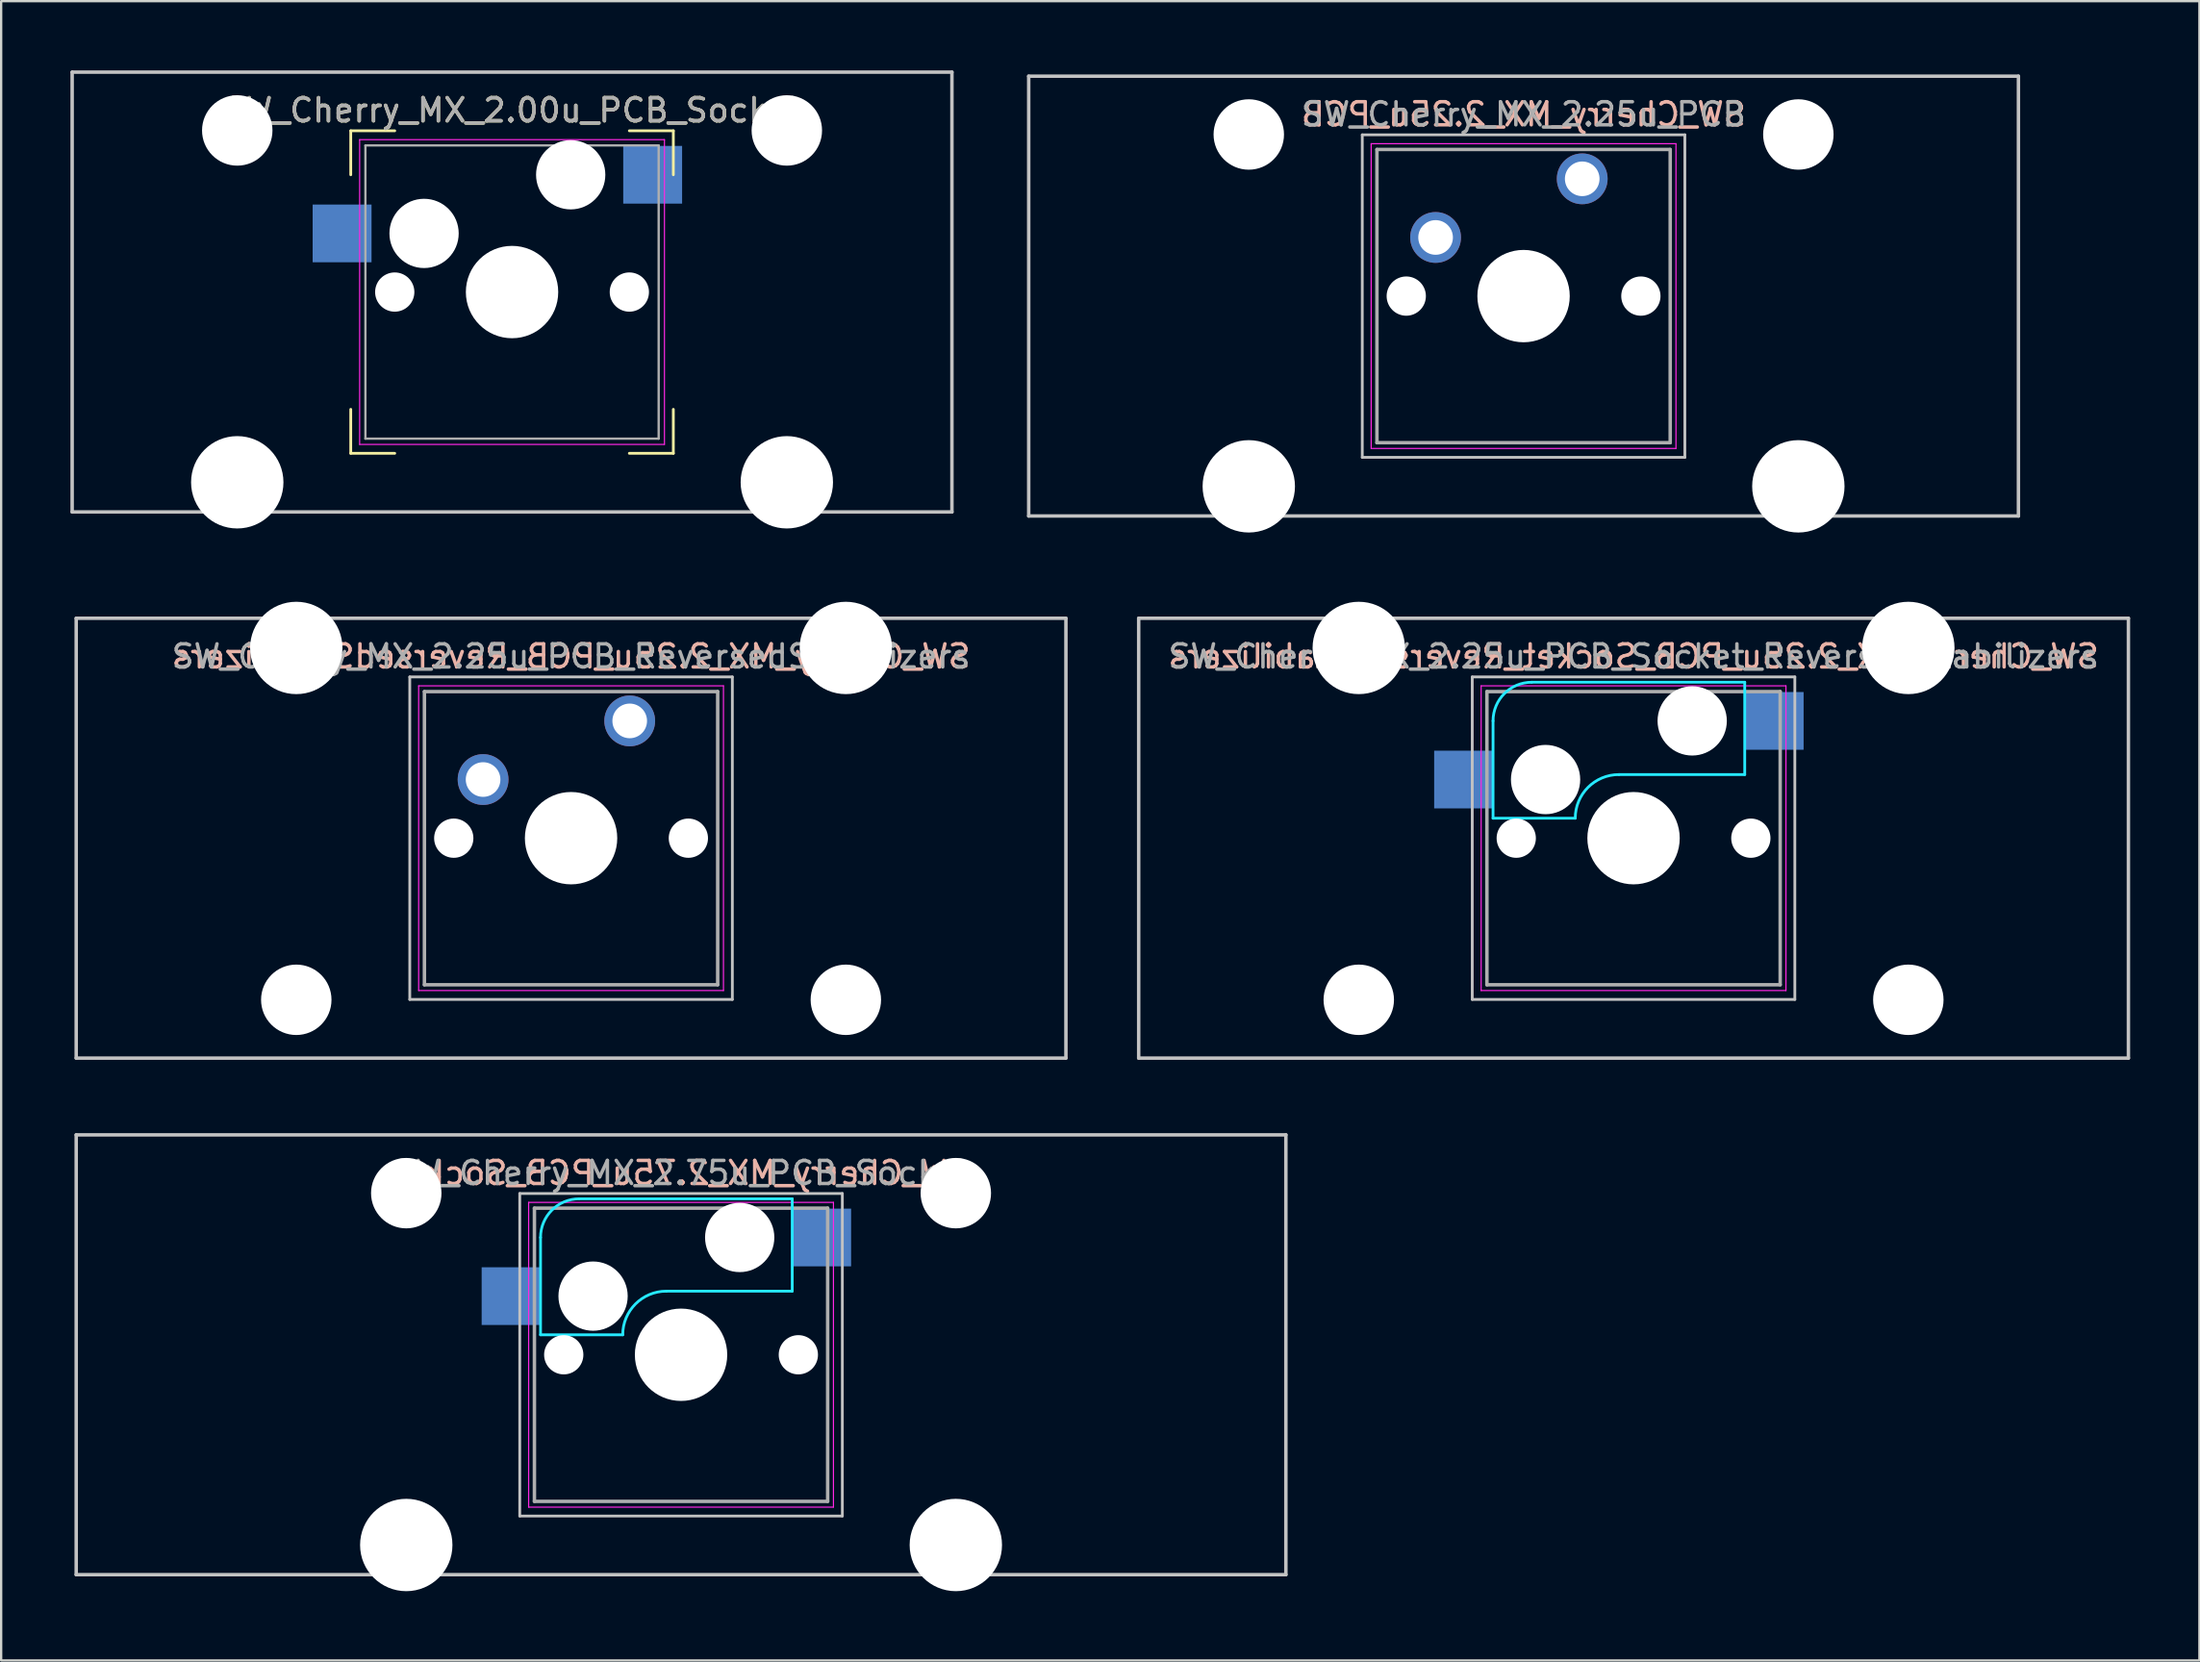
<source format=kicad_pcb>
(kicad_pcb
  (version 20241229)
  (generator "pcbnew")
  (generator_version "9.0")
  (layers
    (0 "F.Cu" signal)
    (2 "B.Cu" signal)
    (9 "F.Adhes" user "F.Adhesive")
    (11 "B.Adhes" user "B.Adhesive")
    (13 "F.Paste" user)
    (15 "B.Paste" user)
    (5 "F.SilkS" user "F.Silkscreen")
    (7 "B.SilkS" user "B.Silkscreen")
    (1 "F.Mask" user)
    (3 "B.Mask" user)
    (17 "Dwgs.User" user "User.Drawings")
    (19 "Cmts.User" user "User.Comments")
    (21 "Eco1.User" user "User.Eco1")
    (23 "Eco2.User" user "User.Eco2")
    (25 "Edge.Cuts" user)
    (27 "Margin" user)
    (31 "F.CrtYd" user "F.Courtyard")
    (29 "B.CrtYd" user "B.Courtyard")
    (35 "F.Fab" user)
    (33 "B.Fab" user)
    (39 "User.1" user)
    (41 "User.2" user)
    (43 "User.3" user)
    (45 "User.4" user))
  (footprint "SW_Cherry_MX_2.25u_PCB"
    (layer "F.Cu")
    (at 41.5 0.25)
    (property "Reference" "SW_Cherry_MX_2.25u_PCB" (at 21.431 1.651 0) (layer "B.SilkS") (effects (font (size 1 1) (thickness 0.15)) (justify mirror)))
    (attr through_hole)
    (fp_line (start 0 0) (end 42.862 0) (stroke (width 0.15) (type solid)) (layer "Dwgs.User"))
    (fp_line (start 0 19.05) (end 0 0) (stroke (width 0.15) (type solid)) (layer "Dwgs.User"))
    (fp_line (start 14.446 2.54) (end 28.416 2.54) (stroke (width 0.12) (type solid)) (layer "Dwgs.User"))
    (fp_line (start 14.446 16.51) (end 14.446 2.54) (stroke (width 0.12) (type solid)) (layer "Dwgs.User"))
    (fp_line (start 28.416 2.54) (end 28.416 16.51) (stroke (width 0.12) (type solid)) (layer "Dwgs.User"))
    (fp_line (start 28.416 16.51) (end 14.446 16.51) (stroke (width 0.12) (type solid)) (layer "Dwgs.User"))
    (fp_line (start 42.862 0) (end 42.862 19.05) (stroke (width 0.15) (type solid)) (layer "Dwgs.User"))
    (fp_line (start 42.862 19.05) (end 0 19.05) (stroke (width 0.15) (type solid)) (layer "Dwgs.User"))
    (fp_line (start 14.831 2.925) (end 28.031 2.925) (stroke (width 0.05) (type solid)) (layer "F.CrtYd"))
    (fp_line (start 14.831 16.125) (end 14.831 2.925) (stroke (width 0.05) (type solid)) (layer "F.CrtYd"))
    (fp_line (start 28.031 2.925) (end 28.031 16.125) (stroke (width 0.05) (type solid)) (layer "F.CrtYd"))
    (fp_line (start 28.031 16.125) (end 14.831 16.125) (stroke (width 0.05) (type solid)) (layer "F.CrtYd"))
    (fp_line (start 15.081 3.175) (end 27.781 3.175) (stroke (width 0.15) (type solid)) (layer "F.Fab"))
    (fp_line (start 15.081 15.875) (end 15.081 3.175) (stroke (width 0.15) (type solid)) (layer "F.Fab"))
    (fp_line (start 27.781 3.175) (end 27.781 15.875) (stroke (width 0.15) (type solid)) (layer "F.Fab"))
    (fp_line (start 27.781 15.875) (end 15.081 15.875) (stroke (width 0.15) (type solid)) (layer "F.Fab"))
    (fp_text user "${REFERENCE}" (at 21.431 1.651 0) (layer "F.Fab") (effects (font (size 1 1) (thickness 0.15))))
    (pad "" np_thru_hole circle (at 9.531 2.525) (size 3.05 3.05) (drill 3.05) (layers "*.Cu" "*.Mask"))
    (pad "" np_thru_hole circle (at 9.531 17.765) (size 4 4) (drill 4) (layers "*.Cu" "*.Mask"))
    (pad "" np_thru_hole circle (at 16.351 9.525) (size 1.7 1.7) (drill 1.7) (layers "*.Cu" "*.Mask"))
    (pad "" np_thru_hole circle (at 21.431 9.525) (size 4 4) (drill 4) (layers "*.Cu" "*.Mask"))
    (pad "" np_thru_hole circle (at 26.511 9.525) (size 1.7 1.7) (drill 1.7) (layers "*.Cu" "*.Mask"))
    (pad "" np_thru_hole circle (at 33.331 2.525) (size 3.05 3.05) (drill 3.05) (layers "*.Cu" "*.Mask"))
    (pad "" np_thru_hole circle (at 33.331 17.765) (size 4 4) (drill 4) (layers "*.Cu" "*.Mask"))
    (pad "1" thru_hole circle (at 23.971 4.445) (size 2.2 2.2) (drill 1.5) (layers "*.Cu" "*.Mask"))
    (pad "2" thru_hole circle (at 17.621 6.985) (size 2.2 2.2) (drill 1.5) (layers "*.Cu" "*.Mask")))
  (footprint "SW_Cherry_MX_2.75u_PCB_Socket"
    (layer "F.Cu")
    (at 0.25 46.105)
    (property "Reference" "SW_Cherry_MX_2.75u_PCB_Socket" (at 26.194 1.651 0) (layer "B.SilkS") (effects (font (size 1 1) (thickness 0.15)) (justify mirror)))
    (attr through_hole)
    (fp_line (start 0 0) (end 52.388 0) (stroke (width 0.15) (type solid)) (layer "Dwgs.User"))
    (fp_line (start 0 19.05) (end 0 0) (stroke (width 0.15) (type solid)) (layer "Dwgs.User"))
    (fp_line (start 19.209 2.54) (end 33.179 2.54) (stroke (width 0.12) (type solid)) (layer "Dwgs.User"))
    (fp_line (start 19.209 16.51) (end 19.209 2.54) (stroke (width 0.12) (type solid)) (layer "Dwgs.User"))
    (fp_line (start 33.179 2.54) (end 33.179 16.51) (stroke (width 0.12) (type solid)) (layer "Dwgs.User"))
    (fp_line (start 33.179 16.51) (end 19.209 16.51) (stroke (width 0.12) (type solid)) (layer "Dwgs.User"))
    (fp_line (start 52.388 0) (end 52.388 19.05) (stroke (width 0.15) (type solid)) (layer "Dwgs.User"))
    (fp_line (start 52.388 19.05) (end 0 19.05) (stroke (width 0.15) (type solid)) (layer "Dwgs.User"))
    (fp_line (start 20.109 8.66) (end 20.109 4.445) (stroke (width 0.12) (type solid)) (layer "B.CrtYd"))
    (fp_line (start 20.109 8.66) (end 23.669 8.66) (stroke (width 0.12) (type solid)) (layer "B.CrtYd"))
    (fp_line (start 21.784 2.77) (end 31.009 2.77) (stroke (width 0.12) (type solid)) (layer "B.CrtYd"))
    (fp_line (start 31.009 2.77) (end 31.009 6.77) (stroke (width 0.12) (type solid)) (layer "B.CrtYd"))
    (fp_line (start 31.009 6.77) (end 25.559 6.77) (stroke (width 0.12) (type solid)) (layer "B.CrtYd"))
    (fp_arc (start 20.10875 4.445) (mid 20.599346 3.260596) (end 21.78375 2.77) (stroke (width 0.12) (type solid)) (layer "B.CrtYd"))
    (fp_arc (start 23.66875 8.66) (mid 24.222318 7.323568) (end 25.55875 6.77) (stroke (width 0.12) (type solid)) (layer "B.CrtYd"))
    (fp_line (start 19.594 2.925) (end 32.794 2.925) (stroke (width 0.05) (type solid)) (layer "F.CrtYd"))
    (fp_line (start 19.594 16.125) (end 19.594 2.925) (stroke (width 0.05) (type solid)) (layer "F.CrtYd"))
    (fp_line (start 32.794 2.925) (end 32.794 16.125) (stroke (width 0.05) (type solid)) (layer "F.CrtYd"))
    (fp_line (start 32.794 16.125) (end 19.594 16.125) (stroke (width 0.05) (type solid)) (layer "F.CrtYd"))
    (fp_line (start 19.844 3.175) (end 32.544 3.175) (stroke (width 0.15) (type solid)) (layer "F.Fab"))
    (fp_line (start 19.844 15.875) (end 19.844 3.175) (stroke (width 0.15) (type solid)) (layer "F.Fab"))
    (fp_line (start 32.544 3.175) (end 32.544 15.875) (stroke (width 0.15) (type solid)) (layer "F.Fab"))
    (fp_line (start 32.544 15.875) (end 19.844 15.875) (stroke (width 0.15) (type solid)) (layer "F.Fab"))
    (fp_text user "${REFERENCE}" (at 26.194 1.651 0) (layer "F.Fab") (effects (font (size 1 1) (thickness 0.15))))
    (pad "" np_thru_hole circle (at 14.294 2.525) (size 3.05 3.05) (drill 3.05) (layers "*.Cu" "*.Mask"))
    (pad "" np_thru_hole circle (at 14.294 17.765) (size 4 4) (drill 4) (layers "*.Cu" "*.Mask"))
    (pad "" np_thru_hole circle (at 21.114 9.525) (size 1.7 1.7) (drill 1.7) (layers "*.Cu" "*.Mask"))
    (pad "" np_thru_hole circle (at 22.384 6.985) (size 3 3) (drill 3) (layers "*.Cu" "*.Mask"))
    (pad "" np_thru_hole circle (at 26.194 9.525) (size 4 4) (drill 4) (layers "*.Cu" "*.Mask"))
    (pad "" np_thru_hole circle (at 28.734 4.445) (size 3 3) (drill 3) (layers "*.Cu" "*.Mask"))
    (pad "" np_thru_hole circle (at 31.274 9.525) (size 1.7 1.7) (drill 1.7) (layers "*.Cu" "*.Mask"))
    (pad "" np_thru_hole circle (at 38.094 2.525) (size 3.05 3.05) (drill 3.05) (layers "*.Cu" "*.Mask"))
    (pad "" np_thru_hole circle (at 38.094 17.765) (size 4 4) (drill 4) (layers "*.Cu" "*.Mask"))
    (pad "1" smd rect (at 32.284 4.445) (size 2.55 2.5) (layers "B.Cu" "B.Mask" "B.Paste"))
    (pad "2" smd rect (at 18.834 6.985) (size 2.55 2.5) (layers "B.Cu" "B.Mask" "B.Paste")))
  (footprint "SW_Cherry_MX_2.25u_PCB_ReversedStabilizers"
    (layer "F.Cu")
    (at 0.25 23.73)
    (property "Reference" "SW_Cherry_MX_2.25u_PCB_ReversedStabilizers" (at 21.431 1.651 0) (layer "B.SilkS") (effects (font (size 1 1) (thickness 0.15)) (justify mirror)))
    (attr through_hole)
    (fp_line (start 0 0) (end 42.862 0) (stroke (width 0.15) (type solid)) (layer "Dwgs.User"))
    (fp_line (start 0 19.05) (end 0 0) (stroke (width 0.15) (type solid)) (layer "Dwgs.User"))
    (fp_line (start 14.446 2.54) (end 28.416 2.54) (stroke (width 0.12) (type solid)) (layer "Dwgs.User"))
    (fp_line (start 14.446 16.51) (end 14.446 2.54) (stroke (width 0.12) (type solid)) (layer "Dwgs.User"))
    (fp_line (start 28.416 2.54) (end 28.416 16.51) (stroke (width 0.12) (type solid)) (layer "Dwgs.User"))
    (fp_line (start 28.416 16.51) (end 14.446 16.51) (stroke (width 0.12) (type solid)) (layer "Dwgs.User"))
    (fp_line (start 42.862 0) (end 42.862 19.05) (stroke (width 0.15) (type solid)) (layer "Dwgs.User"))
    (fp_line (start 42.862 19.05) (end 0 19.05) (stroke (width 0.15) (type solid)) (layer "Dwgs.User"))
    (fp_line (start 14.831 2.925) (end 28.031 2.925) (stroke (width 0.05) (type solid)) (layer "F.CrtYd"))
    (fp_line (start 14.831 16.125) (end 14.831 2.925) (stroke (width 0.05) (type solid)) (layer "F.CrtYd"))
    (fp_line (start 28.031 2.925) (end 28.031 16.125) (stroke (width 0.05) (type solid)) (layer "F.CrtYd"))
    (fp_line (start 28.031 16.125) (end 14.831 16.125) (stroke (width 0.05) (type solid)) (layer "F.CrtYd"))
    (fp_line (start 15.081 3.175) (end 27.781 3.175) (stroke (width 0.15) (type solid)) (layer "F.Fab"))
    (fp_line (start 15.081 15.875) (end 15.081 3.175) (stroke (width 0.15) (type solid)) (layer "F.Fab"))
    (fp_line (start 27.781 3.175) (end 27.781 15.875) (stroke (width 0.15) (type solid)) (layer "F.Fab"))
    (fp_line (start 27.781 15.875) (end 15.081 15.875) (stroke (width 0.15) (type solid)) (layer "F.Fab"))
    (fp_text user "${REFERENCE}" (at 21.431 1.651 0) (layer "F.Fab") (effects (font (size 1 1) (thickness 0.15))))
    (pad "" np_thru_hole circle (at 9.531 1.285) (size 4 4) (drill 4) (layers "*.Cu" "*.Mask"))
    (pad "" np_thru_hole circle (at 9.531 16.525) (size 3.05 3.05) (drill 3.05) (layers "*.Cu" "*.Mask"))
    (pad "" np_thru_hole circle (at 16.351 9.525) (size 1.7 1.7) (drill 1.7) (layers "*.Cu" "*.Mask"))
    (pad "" np_thru_hole circle (at 21.431 9.525) (size 4 4) (drill 4) (layers "*.Cu" "*.Mask"))
    (pad "" np_thru_hole circle (at 26.511 9.525) (size 1.7 1.7) (drill 1.7) (layers "*.Cu" "*.Mask"))
    (pad "" np_thru_hole circle (at 33.331 1.285) (size 4 4) (drill 4) (layers "*.Cu" "*.Mask"))
    (pad "" np_thru_hole circle (at 33.331 16.525) (size 3.05 3.05) (drill 3.05) (layers "*.Cu" "*.Mask"))
    (pad "1" thru_hole circle (at 23.971 4.445) (size 2.2 2.2) (drill 1.5) (layers "*.Cu" "*.Mask"))
    (pad "2" thru_hole circle (at 17.621 6.985) (size 2.2 2.2) (drill 1.5) (layers "*.Cu" "*.Mask")))
  (footprint "SW_Cherry_MX_2.25u_PCB_Socket_ReversedStabilizers"
    (layer "F.Cu")
    (at 67.694 33.255)
    (property "Reference" "SW_Cherry_MX_2.25u_PCB_Socket_ReversedStabilizers" (at 0 -7.874 0) (layer "B.SilkS") (effects (font (size 1 1) (thickness 0.15)) (justify mirror)))
    (attr through_hole)
    (fp_line (start -21.431 -9.525) (end 21.431 -9.525) (stroke (width 0.15) (type solid)) (layer "Dwgs.User"))
    (fp_line (start -21.431 9.525) (end -21.431 -9.525) (stroke (width 0.15) (type solid)) (layer "Dwgs.User"))
    (fp_line (start -6.985 -6.985) (end 6.985 -6.985) (stroke (width 0.12) (type solid)) (layer "Dwgs.User"))
    (fp_line (start -6.985 6.985) (end -6.985 -6.985) (stroke (width 0.12) (type solid)) (layer "Dwgs.User"))
    (fp_line (start 6.985 -6.985) (end 6.985 6.985) (stroke (width 0.12) (type solid)) (layer "Dwgs.User"))
    (fp_line (start 6.985 6.985) (end -6.985 6.985) (stroke (width 0.12) (type solid)) (layer "Dwgs.User"))
    (fp_line (start 21.431 -9.525) (end 21.431 9.525) (stroke (width 0.15) (type solid)) (layer "Dwgs.User"))
    (fp_line (start 21.431 9.525) (end -21.431 9.525) (stroke (width 0.15) (type solid)) (layer "Dwgs.User"))
    (fp_line (start -6.085 -0.865) (end -6.085 -5.08) (stroke (width 0.12) (type solid)) (layer "B.CrtYd"))
    (fp_line (start -6.085 -0.865) (end -2.525 -0.865) (stroke (width 0.12) (type solid)) (layer "B.CrtYd"))
    (fp_line (start -4.41 -6.755) (end 4.815 -6.755) (stroke (width 0.12) (type solid)) (layer "B.CrtYd"))
    (fp_line (start 4.815 -6.755) (end 4.815 -2.755) (stroke (width 0.12) (type solid)) (layer "B.CrtYd"))
    (fp_line (start 4.815 -2.755) (end -0.635 -2.755) (stroke (width 0.12) (type solid)) (layer "B.CrtYd"))
    (fp_arc (start -6.085 -5.08) (mid -5.594404 -6.264404) (end -4.41 -6.755) (stroke (width 0.12) (type solid)) (layer "B.CrtYd"))
    (fp_arc (start -2.525 -0.865) (mid -1.971432 -2.201432) (end -0.635 -2.755) (stroke (width 0.12) (type solid)) (layer "B.CrtYd"))
    (fp_line (start -6.6 -6.6) (end 6.6 -6.6) (stroke (width 0.05) (type solid)) (layer "F.CrtYd"))
    (fp_line (start -6.6 6.6) (end -6.6 -6.6) (stroke (width 0.05) (type solid)) (layer "F.CrtYd"))
    (fp_line (start 6.6 -6.6) (end 6.6 6.6) (stroke (width 0.05) (type solid)) (layer "F.CrtYd"))
    (fp_line (start 6.6 6.6) (end -6.6 6.6) (stroke (width 0.05) (type solid)) (layer "F.CrtYd"))
    (fp_line (start -6.35 -6.35) (end 6.35 -6.35) (stroke (width 0.15) (type solid)) (layer "F.Fab"))
    (fp_line (start -6.35 6.35) (end -6.35 -6.35) (stroke (width 0.15) (type solid)) (layer "F.Fab"))
    (fp_line (start 6.35 -6.35) (end 6.35 6.35) (stroke (width 0.15) (type solid)) (layer "F.Fab"))
    (fp_line (start 6.35 6.35) (end -6.35 6.35) (stroke (width 0.15) (type solid)) (layer "F.Fab"))
    (fp_text user "${REFERENCE}" (at 0 -7.874 0) (layer "F.Fab") (effects (font (size 1 1) (thickness 0.15))))
    (pad "" np_thru_hole circle (at -11.9 -8.24) (size 4 4) (drill 4) (layers "*.Cu" "*.Mask"))
    (pad "" np_thru_hole circle (at -11.9 7) (size 3.05 3.05) (drill 3.05) (layers "*.Cu" "*.Mask"))
    (pad "" np_thru_hole circle (at -5.08 0) (size 1.7 1.7) (drill 1.7) (layers "*.Cu" "*.Mask"))
    (pad "" np_thru_hole circle (at -3.81 -2.54) (size 3 3) (drill 3) (layers "*.Cu" "*.Mask"))
    (pad "" np_thru_hole circle (at 0 0) (size 4 4) (drill 4) (layers "*.Cu" "*.Mask"))
    (pad "" np_thru_hole circle (at 2.54 -5.08) (size 3 3) (drill 3) (layers "*.Cu" "*.Mask"))
    (pad "" np_thru_hole circle (at 5.08 0) (size 1.7 1.7) (drill 1.7) (layers "*.Cu" "*.Mask"))
    (pad "" np_thru_hole circle (at 11.9 -8.24) (size 4 4) (drill 4) (layers "*.Cu" "*.Mask"))
    (pad "" np_thru_hole circle (at 11.9 7) (size 3.05 3.05) (drill 3.05) (layers "*.Cu" "*.Mask"))
    (pad "1" smd rect (at 6.09 -5.08) (size 2.55 2.5) (layers "B.Cu" "B.Mask" "B.Paste"))
    (pad "2" smd rect (at -7.36 -2.54) (size 2.55 2.5) (layers "B.Cu" "B.Mask" "B.Paste")))
  (footprint "SW_Cherry_MX_2.00u_PCB_Socket"
    (layer "F.Cu")
    (at 19.125 9.6)
    (property "Reference" "SW_Cherry_MX_2.00u_PCB_Socket" (at 0 -7.874 0) (layer "F.SilkS") (effects (font (size 1 1) (thickness 0.15))))
    (attr through_hole)
    (fp_line (start -6.985 -6.985) (end -5.08 -6.985) (stroke (width 0.12) (type solid)) (layer "F.SilkS"))
    (fp_line (start -6.985 -5.08) (end -6.985 -6.985) (stroke (width 0.12) (type solid)) (layer "F.SilkS"))
    (fp_line (start -6.985 6.985) (end -6.985 5.08) (stroke (width 0.12) (type solid)) (layer "F.SilkS"))
    (fp_line (start -6.985 6.985) (end -5.08 6.985) (stroke (width 0.12) (type solid)) (layer "F.SilkS"))
    (fp_line (start 6.985 -6.985) (end 5.08 -6.985) (stroke (width 0.12) (type solid)) (layer "F.SilkS"))
    (fp_line (start 6.985 -6.985) (end 6.985 -5.08) (stroke (width 0.12) (type solid)) (layer "F.SilkS"))
    (fp_line (start 6.985 6.985) (end 5.08 6.985) (stroke (width 0.12) (type solid)) (layer "F.SilkS"))
    (fp_line (start 6.985 6.985) (end 6.985 5.08) (stroke (width 0.12) (type solid)) (layer "F.SilkS"))
    (fp_line (start -19.05 -9.525) (end 19.05 -9.525) (stroke (width 0.15) (type solid)) (layer "Dwgs.User"))
    (fp_line (start -19.05 9.525) (end -19.05 -9.525) (stroke (width 0.15) (type solid)) (layer "Dwgs.User"))
    (fp_line (start 19.05 -9.525) (end 19.05 9.525) (stroke (width 0.15) (type solid)) (layer "Dwgs.User"))
    (fp_line (start 19.05 9.525) (end -19.05 9.525) (stroke (width 0.15) (type solid)) (layer "Dwgs.User"))
    (fp_line (start -6.6 -6.6) (end 6.6 -6.6) (stroke (width 0.05) (type solid)) (layer "F.CrtYd"))
    (fp_line (start -6.6 6.6) (end -6.6 -6.6) (stroke (width 0.05) (type solid)) (layer "F.CrtYd"))
    (fp_line (start 6.6 -6.6) (end 6.6 6.6) (stroke (width 0.05) (type solid)) (layer "F.CrtYd"))
    (fp_line (start 6.6 6.6) (end -6.6 6.6) (stroke (width 0.05) (type solid)) (layer "F.CrtYd"))
    (fp_line (start -6.35 -6.35) (end 6.35 -6.35) (stroke (width 0.1) (type solid)) (layer "F.Fab"))
    (fp_line (start -6.35 6.35) (end -6.35 -6.35) (stroke (width 0.1) (type solid)) (layer "F.Fab"))
    (fp_line (start 6.35 -6.35) (end 6.35 6.35) (stroke (width 0.1) (type solid)) (layer "F.Fab"))
    (fp_line (start 6.35 6.35) (end -6.35 6.35) (stroke (width 0.1) (type solid)) (layer "F.Fab"))
    (fp_text user "${REFERENCE}" (at 0 -7.874 0) (layer "F.Fab") (effects (font (size 1 1) (thickness 0.15))))
    (pad "" np_thru_hole circle (at -11.9 -7) (size 3.05 3.05) (drill 3.05) (layers "*.Cu" "*.Mask"))
    (pad "" np_thru_hole circle (at -11.9 8.24) (size 4 4) (drill 4) (layers "*.Cu" "*.Mask"))
    (pad "" np_thru_hole circle (at -5.08 0) (size 1.7 1.7) (drill 1.7) (layers "*.Cu" "*.Mask"))
    (pad "" np_thru_hole circle (at -3.81 -2.54) (size 3 3) (drill 3) (layers "*.Cu" "*.Mask"))
    (pad "" np_thru_hole circle (at 0 0) (size 4 4) (drill 4) (layers "*.Cu" "*.Mask"))
    (pad "" np_thru_hole circle (at 2.54 -5.08) (size 3 3) (drill 3) (layers "*.Cu" "*.Mask"))
    (pad "" np_thru_hole circle (at 5.08 0) (size 1.7 1.7) (drill 1.7) (layers "*.Cu" "*.Mask"))
    (pad "" np_thru_hole circle (at 11.9 -7) (size 3.05 3.05) (drill 3.05) (layers "*.Cu" "*.Mask"))
    (pad "" np_thru_hole circle (at 11.9 8.24) (size 4 4) (drill 4) (layers "*.Cu" "*.Mask"))
    (pad "1" smd rect (at 6.09 -5.08) (size 2.55 2.5) (layers "B.Cu" "B.Mask" "B.Paste"))
    (pad "2" smd rect (at -7.36 -2.54) (size 2.55 2.5) (layers "B.Cu" "B.Mask" "B.Paste")))
  (gr_rect
    (start -3 -3)
    (end 92.2 68.87)
    (stroke (width 0.1) (type default))
    (fill no)
    (layer "Edge.Cuts")))
</source>
